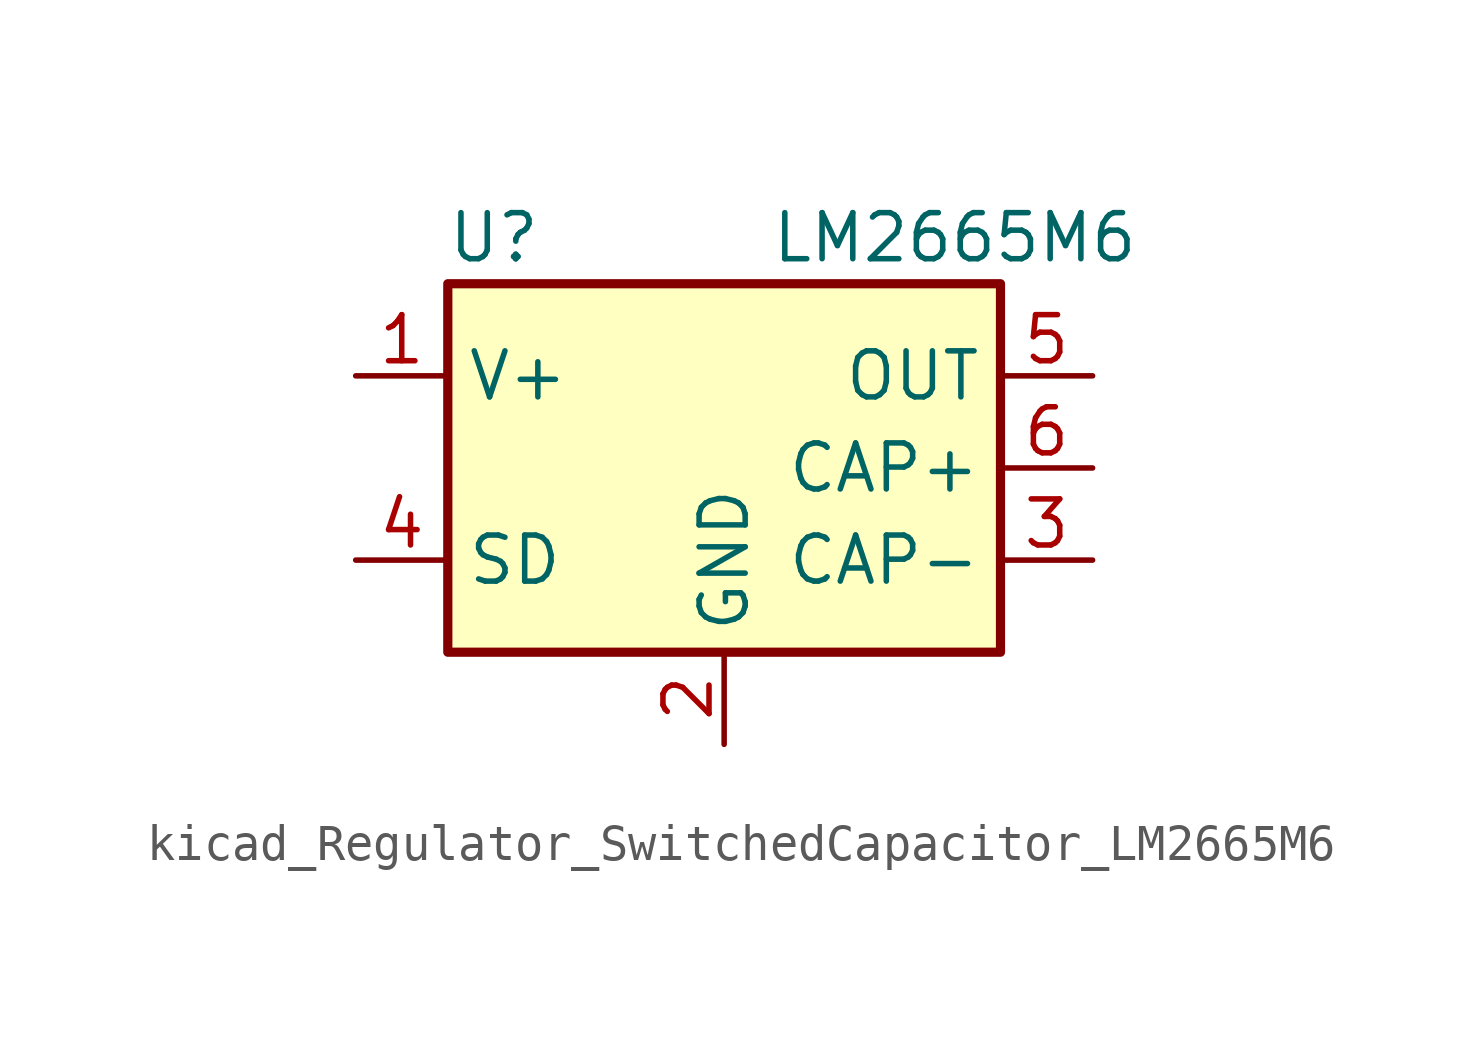
<source format=kicad_sym>
(kicad_symbol_lib
  (version 20220914)
  (generator kicad_symbol_editor)
  (symbol "kicad_Regulator_SwitchedCapacitor_LM2665M6"
    (property "Reference" "U"
      (at -6.35 6.35 0)
      (effects (font (size 1.27 1.27))))
    (property "Value" "LM2665M6"
      (at 1.27 6.35 0)
      (effects (font (size 1.27 1.27)) (justify left)))
    (symbol "kicad_Regulator_SwitchedCapacitor_LM2665M6_0_1"
      (rectangle (start -7.62 5.08) (end 7.62 -5.08) (stroke (width 0.254) (type default)) (fill (type background))))
    (symbol "kicad_Regulator_SwitchedCapacitor_LM2665M6_1_1"
      (pin passive line (at -10.16 2.54 0) (length 2.54) (name "V+" (effects (font (size 1.27 1.27)))) (number "1" (effects (font (size 1.27 1.27)))))
      (pin power_in line (at 0 -7.62 90) (length 2.54) (name "GND" (effects (font (size 1.27 1.27)))) (number "2" (effects (font (size 1.27 1.27)))))
      (pin passive line (at 10.16 -2.54 180) (length 2.54) (name "CAP-" (effects (font (size 1.27 1.27)))) (number "3" (effects (font (size 1.27 1.27)))))
      (pin input line (at -10.16 -2.54 0) (length 2.54) (name "SD" (effects (font (size 1.27 1.27)))) (number "4" (effects (font (size 1.27 1.27)))))
      (pin passive line (at 10.16 2.54 180) (length 2.54) (name "OUT" (effects (font (size 1.27 1.27)))) (number "5" (effects (font (size 1.27 1.27)))))
      (pin passive line (at 10.16 0 180) (length 2.54) (name "CAP+" (effects (font (size 1.27 1.27)))) (number "6" (effects (font (size 1.27 1.27))))))))
</source>
